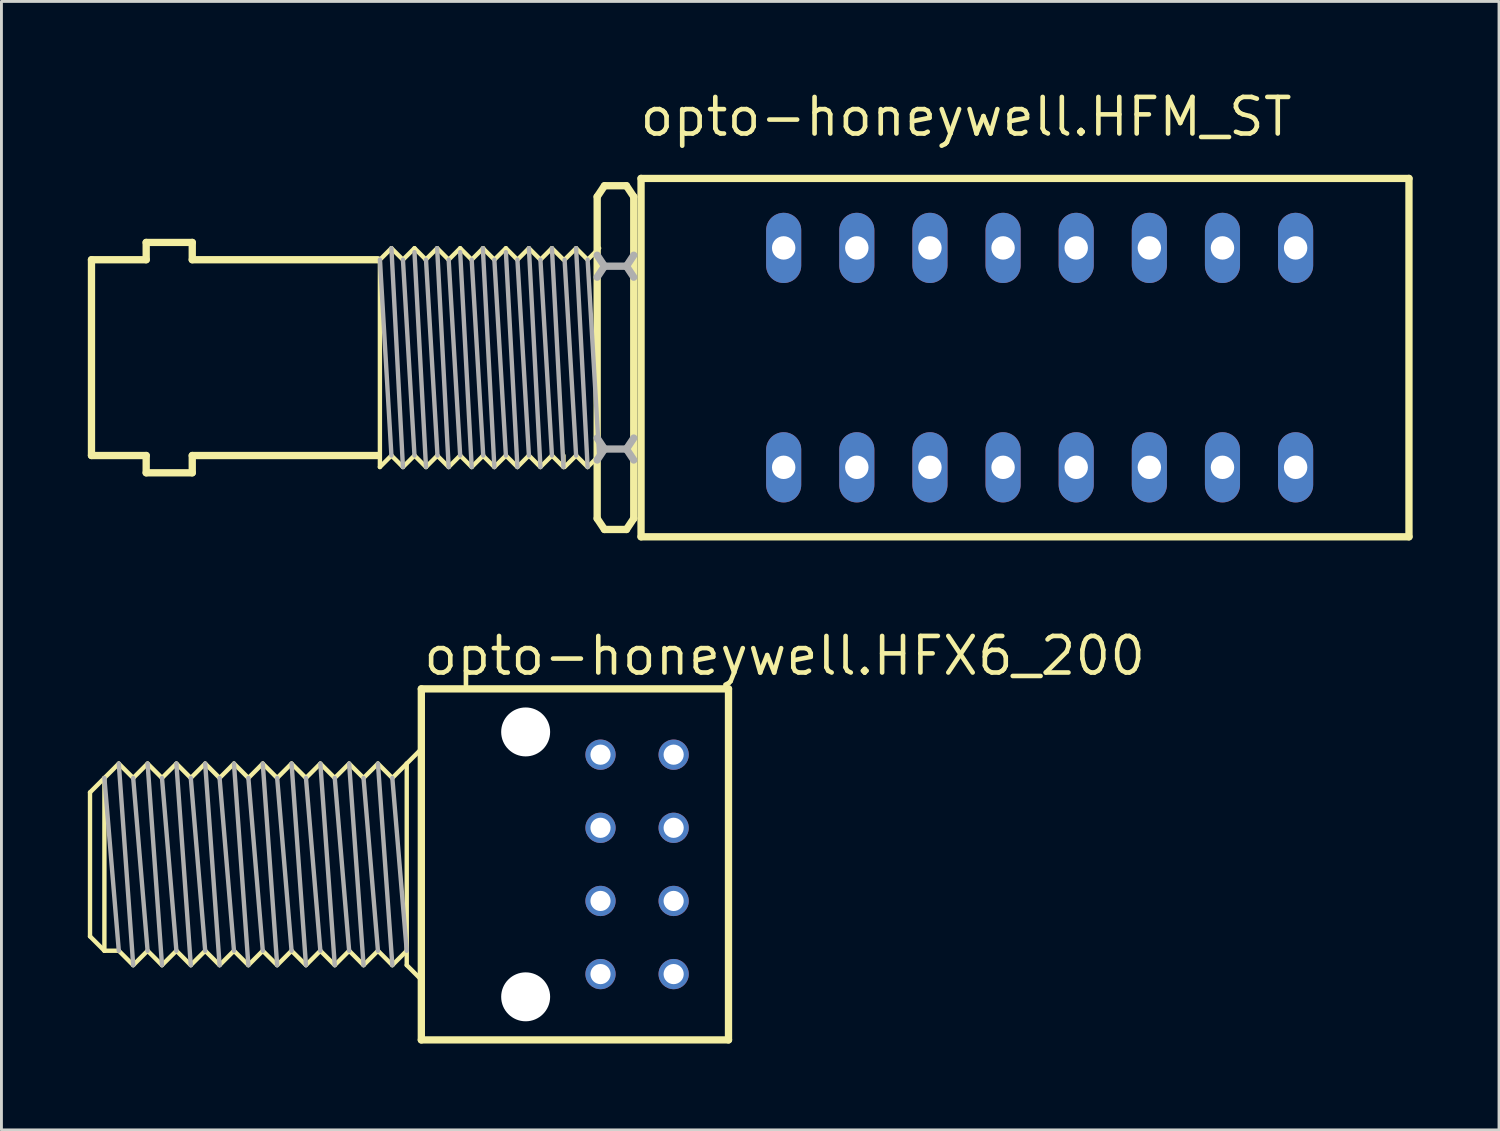
<source format=kicad_pcb>
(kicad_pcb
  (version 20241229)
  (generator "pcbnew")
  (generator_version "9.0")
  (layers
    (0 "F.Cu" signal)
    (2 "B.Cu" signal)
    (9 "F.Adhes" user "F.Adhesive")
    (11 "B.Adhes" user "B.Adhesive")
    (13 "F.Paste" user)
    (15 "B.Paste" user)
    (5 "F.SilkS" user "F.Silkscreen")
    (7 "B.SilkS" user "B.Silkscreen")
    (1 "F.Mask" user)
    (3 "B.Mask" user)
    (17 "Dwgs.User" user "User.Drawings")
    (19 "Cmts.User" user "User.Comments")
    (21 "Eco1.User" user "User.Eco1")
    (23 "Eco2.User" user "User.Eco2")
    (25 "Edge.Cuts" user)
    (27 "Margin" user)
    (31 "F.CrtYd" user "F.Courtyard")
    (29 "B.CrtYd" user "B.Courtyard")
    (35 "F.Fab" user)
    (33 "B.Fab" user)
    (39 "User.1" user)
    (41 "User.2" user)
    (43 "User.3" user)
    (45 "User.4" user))
  (footprint "opto-honeywell.HFX6_200"
    (layer "F.Cu")
    (at 19.076 26.97)
    (property "Reference" "opto-honeywell.HFX6_200" (at -7.5 -6.5 0) (layer "F.SilkS") (effects (font (size 1.27 1.27) (thickness 0.16)) (justify left bottom)))
    (attr through_hole)
    (fp_line (start -19 2.5) (end -19 -2.5) (stroke (width 0.152) (type default)) (layer "F.SilkS"))
    (fp_line (start -18.5 -3) (end -19 -2.5) (stroke (width 0.152) (type default)) (layer "F.SilkS"))
    (fp_line (start -18.5 -3) (end -18.5 3) (stroke (width 0.152) (type default)) (layer "F.SilkS"))
    (fp_line (start -18.5 3) (end -19 2.5) (stroke (width 0.152) (type default)) (layer "F.SilkS"))
    (fp_line (start -18 -3.5) (end -18.5 -3) (stroke (width 0.152) (type default)) (layer "F.SilkS"))
    (fp_line (start -18 3) (end -18.5 3) (stroke (width 0.152) (type default)) (layer "F.SilkS"))
    (fp_line (start -18 3) (end -17.5 3.5) (stroke (width 0.152) (type default)) (layer "F.SilkS"))
    (fp_line (start -17.5 -3) (end -18 -3.5) (stroke (width 0.152) (type default)) (layer "F.SilkS"))
    (fp_line (start -17.5 3.5) (end -17 3) (stroke (width 0.152) (type default)) (layer "F.SilkS"))
    (fp_line (start -17 -3.5) (end -17.5 -3) (stroke (width 0.152) (type default)) (layer "F.SilkS"))
    (fp_line (start -17 3) (end -16.5 3.5) (stroke (width 0.152) (type default)) (layer "F.SilkS"))
    (fp_line (start -16.5 -3) (end -17 -3.5) (stroke (width 0.152) (type default)) (layer "F.SilkS"))
    (fp_line (start -16.5 3.5) (end -16 3) (stroke (width 0.152) (type default)) (layer "F.SilkS"))
    (fp_line (start -16 -3.5) (end -16.5 -3) (stroke (width 0.152) (type default)) (layer "F.SilkS"))
    (fp_line (start -16 3) (end -15.5 3.5) (stroke (width 0.152) (type default)) (layer "F.SilkS"))
    (fp_line (start -15.5 -3) (end -16 -3.5) (stroke (width 0.152) (type default)) (layer "F.SilkS"))
    (fp_line (start -15.5 3.5) (end -15 3) (stroke (width 0.152) (type default)) (layer "F.SilkS"))
    (fp_line (start -15 -3.5) (end -15.5 -3) (stroke (width 0.152) (type default)) (layer "F.SilkS"))
    (fp_line (start -15 3) (end -14.5 3.5) (stroke (width 0.152) (type default)) (layer "F.SilkS"))
    (fp_line (start -14.5 -3) (end -15 -3.5) (stroke (width 0.152) (type default)) (layer "F.SilkS"))
    (fp_line (start -14.5 3.5) (end -14 3) (stroke (width 0.152) (type default)) (layer "F.SilkS"))
    (fp_line (start -14 -3.5) (end -14.5 -3) (stroke (width 0.152) (type default)) (layer "F.SilkS"))
    (fp_line (start -14 3) (end -13.5 3.5) (stroke (width 0.152) (type default)) (layer "F.SilkS"))
    (fp_line (start -13.5 -3) (end -14 -3.5) (stroke (width 0.152) (type default)) (layer "F.SilkS"))
    (fp_line (start -13.5 3.5) (end -13 3) (stroke (width 0.152) (type default)) (layer "F.SilkS"))
    (fp_line (start -13 -3.5) (end -13.5 -3) (stroke (width 0.152) (type default)) (layer "F.SilkS"))
    (fp_line (start -13 3) (end -12.5 3.5) (stroke (width 0.152) (type default)) (layer "F.SilkS"))
    (fp_line (start -12.5 -3) (end -13 -3.5) (stroke (width 0.152) (type default)) (layer "F.SilkS"))
    (fp_line (start -12.5 3.5) (end -12 3) (stroke (width 0.152) (type default)) (layer "F.SilkS"))
    (fp_line (start -12 -3.5) (end -12.5 -3) (stroke (width 0.152) (type default)) (layer "F.SilkS"))
    (fp_line (start -12 3) (end -11.5 3.5) (stroke (width 0.152) (type default)) (layer "F.SilkS"))
    (fp_line (start -11.5 -3) (end -12 -3.5) (stroke (width 0.152) (type default)) (layer "F.SilkS"))
    (fp_line (start -11.5 3.5) (end -11 3) (stroke (width 0.152) (type default)) (layer "F.SilkS"))
    (fp_line (start -11 -3.5) (end -11.5 -3) (stroke (width 0.152) (type default)) (layer "F.SilkS"))
    (fp_line (start -11 3) (end -10.5 3.5) (stroke (width 0.152) (type default)) (layer "F.SilkS"))
    (fp_line (start -10.5 -3) (end -11 -3.5) (stroke (width 0.152) (type default)) (layer "F.SilkS"))
    (fp_line (start -10.5 3.5) (end -10 3) (stroke (width 0.152) (type default)) (layer "F.SilkS"))
    (fp_line (start -10 -3.5) (end -10.5 -3) (stroke (width 0.152) (type default)) (layer "F.SilkS"))
    (fp_line (start -10 3) (end -9.5 3.5) (stroke (width 0.152) (type default)) (layer "F.SilkS"))
    (fp_line (start -9.5 -3) (end -10 -3.5) (stroke (width 0.152) (type default)) (layer "F.SilkS"))
    (fp_line (start -9.5 3.5) (end -9 3) (stroke (width 0.152) (type default)) (layer "F.SilkS"))
    (fp_line (start -9 -3.5) (end -9.5 -3) (stroke (width 0.152) (type default)) (layer "F.SilkS"))
    (fp_line (start -9 3) (end -8.5 3.5) (stroke (width 0.152) (type default)) (layer "F.SilkS"))
    (fp_line (start -8.5 -3) (end -9 -3.5) (stroke (width 0.152) (type default)) (layer "F.SilkS"))
    (fp_line (start -8.5 3.5) (end -8 3) (stroke (width 0.152) (type default)) (layer "F.SilkS"))
    (fp_line (start -8 -3.5) (end -8.5 -3) (stroke (width 0.152) (type default)) (layer "F.SilkS"))
    (fp_line (start -8 -3.5) (end -7.5 -4) (stroke (width 0.152) (type default)) (layer "F.SilkS"))
    (fp_line (start -8 3) (end -8 -3.5) (stroke (width 0.152) (type default)) (layer "F.SilkS"))
    (fp_line (start -8 3) (end -8 3.5) (stroke (width 0.152) (type default)) (layer "F.SilkS"))
    (fp_line (start -8 3.5) (end -7.5 4) (stroke (width 0.152) (type default)) (layer "F.SilkS"))
    (fp_line (start -7.493 -6.096) (end 3.175 -6.096) (stroke (width 0.254) (type default)) (layer "F.SilkS"))
    (fp_line (start -7.493 6.096) (end -7.493 -6.096) (stroke (width 0.254) (type default)) (layer "F.SilkS"))
    (fp_line (start 3.175 -6.096) (end 3.175 6.096) (stroke (width 0.254) (type default)) (layer "F.SilkS"))
    (fp_line (start 3.175 6.096) (end -7.493 6.096) (stroke (width 0.254) (type default)) (layer "F.SilkS"))
    (fp_line (start -18.5 -3) (end -18 3) (stroke (width 0.152) (type default)) (layer "F.Fab"))
    (fp_line (start -18 -3.5) (end -17.5 3.5) (stroke (width 0.152) (type default)) (layer "F.Fab"))
    (fp_line (start -17.5 -3) (end -17 3) (stroke (width 0.152) (type default)) (layer "F.Fab"))
    (fp_line (start -17 -3.5) (end -16.5 3.5) (stroke (width 0.152) (type default)) (layer "F.Fab"))
    (fp_line (start -16.5 -3) (end -16 3) (stroke (width 0.152) (type default)) (layer "F.Fab"))
    (fp_line (start -16 -3.5) (end -15.5 3.5) (stroke (width 0.152) (type default)) (layer "F.Fab"))
    (fp_line (start -15.5 -3) (end -15 3) (stroke (width 0.152) (type default)) (layer "F.Fab"))
    (fp_line (start -15 -3.5) (end -14.5 3.5) (stroke (width 0.152) (type default)) (layer "F.Fab"))
    (fp_line (start -14.5 -3) (end -14 3) (stroke (width 0.152) (type default)) (layer "F.Fab"))
    (fp_line (start -14 -3.5) (end -13.5 3.5) (stroke (width 0.152) (type default)) (layer "F.Fab"))
    (fp_line (start -13.5 -3) (end -13 3) (stroke (width 0.152) (type default)) (layer "F.Fab"))
    (fp_line (start -13 -3.5) (end -12.5 3.5) (stroke (width 0.152) (type default)) (layer "F.Fab"))
    (fp_line (start -12.5 -3) (end -12 3) (stroke (width 0.152) (type default)) (layer "F.Fab"))
    (fp_line (start -12 -3.5) (end -11.5 3.5) (stroke (width 0.152) (type default)) (layer "F.Fab"))
    (fp_line (start -11.5 -3) (end -11 3) (stroke (width 0.152) (type default)) (layer "F.Fab"))
    (fp_line (start -11 -3.5) (end -10.5 3.5) (stroke (width 0.152) (type default)) (layer "F.Fab"))
    (fp_line (start -10.5 -3) (end -10 3) (stroke (width 0.152) (type default)) (layer "F.Fab"))
    (fp_line (start -10 -3.5) (end -9.5 3.5) (stroke (width 0.152) (type default)) (layer "F.Fab"))
    (fp_line (start -9.5 -3) (end -9 3) (stroke (width 0.152) (type default)) (layer "F.Fab"))
    (fp_line (start -9 -3.5) (end -8.5 3.5) (stroke (width 0.152) (type default)) (layer "F.Fab"))
    (fp_line (start -8.5 -3) (end -8 3) (stroke (width 0.152) (type default)) (layer "F.Fab"))
    (pad "" np_thru_hole circle (at -3.87 -4.6) (size 1.7 1.7) (drill 1.7) (layers "*.Cu" "*.Mask"))
    (pad "" np_thru_hole circle (at -3.87 4.6) (size 1.7 1.7) (drill 1.7) (layers "*.Cu" "*.Mask"))
    (pad "1" thru_hole circle (at 1.27 3.81) (size 1.05 1.05) (drill 0.7) (layers "*.Cu" "*.Mask"))
    (pad "2" thru_hole circle (at 1.27 1.27) (size 1.05 1.05) (drill 0.7) (layers "*.Cu" "*.Mask"))
    (pad "3" thru_hole circle (at 1.27 -1.27) (size 1.05 1.05) (drill 0.7) (layers "*.Cu" "*.Mask"))
    (pad "4" thru_hole circle (at 1.27 -3.81) (size 1.05 1.05) (drill 0.7) (layers "*.Cu" "*.Mask"))
    (pad "5" thru_hole circle (at -1.27 -3.81) (size 1.05 1.05) (drill 0.7) (layers "*.Cu" "*.Mask"))
    (pad "6" thru_hole circle (at -1.27 -1.27) (size 1.05 1.05) (drill 0.7) (layers "*.Cu" "*.Mask"))
    (pad "7" thru_hole circle (at -1.27 1.27) (size 1.05 1.05) (drill 0.7) (layers "*.Cu" "*.Mask"))
    (pad "8" thru_hole circle (at -1.27 3.81) (size 1.05 1.05) (drill 0.7) (layers "*.Cu" "*.Mask")))
  (footprint "opto-honeywell.HFM_ST"
    (layer "F.Cu")
    (at 33.057 9.37)
    (property "Reference" "opto-honeywell.HFM_ST" (at -13.97 -7.62 0) (layer "F.SilkS") (effects (font (size 1.27 1.27) (thickness 0.16)) (justify left bottom)))
    (attr through_hole)
    (fp_line (start -32.93 -3.4) (end -31.03 -3.4) (stroke (width 0.254) (type default)) (layer "F.SilkS"))
    (fp_line (start -32.93 3.4) (end -32.93 -3.4) (stroke (width 0.254) (type default)) (layer "F.SilkS"))
    (fp_line (start -31.03 -4) (end -29.43 -4) (stroke (width 0.254) (type default)) (layer "F.SilkS"))
    (fp_line (start -31.03 -3.4) (end -31.03 -4) (stroke (width 0.254) (type default)) (layer "F.SilkS"))
    (fp_line (start -31.03 3.4) (end -32.93 3.4) (stroke (width 0.254) (type default)) (layer "F.SilkS"))
    (fp_line (start -31.03 4) (end -31.03 3.4) (stroke (width 0.254) (type default)) (layer "F.SilkS"))
    (fp_line (start -29.43 -4) (end -29.43 -3.4) (stroke (width 0.254) (type default)) (layer "F.SilkS"))
    (fp_line (start -29.43 -3.4) (end -22.987 -3.4) (stroke (width 0.254) (type default)) (layer "F.SilkS"))
    (fp_line (start -29.43 3.4) (end -29.43 4) (stroke (width 0.254) (type default)) (layer "F.SilkS"))
    (fp_line (start -29.43 4) (end -31.03 4) (stroke (width 0.254) (type default)) (layer "F.SilkS"))
    (fp_line (start -22.987 3.4) (end -29.43 3.4) (stroke (width 0.254) (type default)) (layer "F.SilkS"))
    (fp_line (start -22.913 -3.4) (end -22.513 -3.8) (stroke (width 0.152) (type default)) (layer "F.SilkS"))
    (fp_line (start -22.913 3.8) (end -22.913 -3.331) (stroke (width 0.152) (type default)) (layer "F.SilkS"))
    (fp_line (start -22.913 3.8) (end -22.513 3.4) (stroke (width 0.152) (type default)) (layer "F.SilkS"))
    (fp_line (start -22.513 -3.8) (end -22.113 -3.4) (stroke (width 0.152) (type default)) (layer "F.SilkS"))
    (fp_line (start -22.513 3.4) (end -22.113 3.8) (stroke (width 0.152) (type default)) (layer "F.SilkS"))
    (fp_line (start -22.113 -3.4) (end -21.712 -3.8) (stroke (width 0.152) (type default)) (layer "F.SilkS"))
    (fp_line (start -22.113 3.8) (end -21.712 3.4) (stroke (width 0.152) (type default)) (layer "F.SilkS"))
    (fp_line (start -21.712 -3.8) (end -21.312 -3.4) (stroke (width 0.152) (type default)) (layer "F.SilkS"))
    (fp_line (start -21.712 3.4) (end -21.312 3.8) (stroke (width 0.152) (type default)) (layer "F.SilkS"))
    (fp_line (start -21.325 -3.4) (end -20.925 -3.8) (stroke (width 0.152) (type default)) (layer "F.SilkS"))
    (fp_line (start -21.312 3.8) (end -20.913 3.4) (stroke (width 0.152) (type default)) (layer "F.SilkS"))
    (fp_line (start -20.925 -3.8) (end -20.525 -3.4) (stroke (width 0.152) (type default)) (layer "F.SilkS"))
    (fp_line (start -20.925 3.4) (end -20.525 3.8) (stroke (width 0.152) (type default)) (layer "F.SilkS"))
    (fp_line (start -20.525 -3.4) (end -20.125 -3.8) (stroke (width 0.152) (type default)) (layer "F.SilkS"))
    (fp_line (start -20.525 3.8) (end -20.125 3.4) (stroke (width 0.152) (type default)) (layer "F.SilkS"))
    (fp_line (start -20.125 -3.8) (end -19.725 -3.4) (stroke (width 0.152) (type default)) (layer "F.SilkS"))
    (fp_line (start -20.125 3.4) (end -19.725 3.8) (stroke (width 0.152) (type default)) (layer "F.SilkS"))
    (fp_line (start -19.725 -3.4) (end -19.325 -3.8) (stroke (width 0.152) (type default)) (layer "F.SilkS"))
    (fp_line (start -19.725 3.8) (end -19.325 3.4) (stroke (width 0.152) (type default)) (layer "F.SilkS"))
    (fp_line (start -19.338 -3.8) (end -18.938 -3.4) (stroke (width 0.152) (type default)) (layer "F.SilkS"))
    (fp_line (start -19.338 3.4) (end -18.938 3.8) (stroke (width 0.152) (type default)) (layer "F.SilkS"))
    (fp_line (start -18.938 -3.4) (end -18.537 -3.8) (stroke (width 0.152) (type default)) (layer "F.SilkS"))
    (fp_line (start -18.938 3.8) (end -18.537 3.4) (stroke (width 0.152) (type default)) (layer "F.SilkS"))
    (fp_line (start -18.537 -3.8) (end -18.137 -3.4) (stroke (width 0.152) (type default)) (layer "F.SilkS"))
    (fp_line (start -18.537 3.4) (end -18.137 3.8) (stroke (width 0.152) (type default)) (layer "F.SilkS"))
    (fp_line (start -18.137 -3.4) (end -17.738 -3.8) (stroke (width 0.152) (type default)) (layer "F.SilkS"))
    (fp_line (start -18.137 3.8) (end -17.738 3.4) (stroke (width 0.152) (type default)) (layer "F.SilkS"))
    (fp_line (start -17.738 -3.8) (end -17.338 -3.4) (stroke (width 0.152) (type default)) (layer "F.SilkS"))
    (fp_line (start -17.738 3.4) (end -17.338 3.8) (stroke (width 0.152) (type default)) (layer "F.SilkS"))
    (fp_line (start -17.338 -3.4) (end -16.938 -3.8) (stroke (width 0.152) (type default)) (layer "F.SilkS"))
    (fp_line (start -17.338 3.8) (end -16.938 3.4) (stroke (width 0.152) (type default)) (layer "F.SilkS"))
    (fp_line (start -16.938 -3.8) (end -16.537 -3.4) (stroke (width 0.152) (type default)) (layer "F.SilkS"))
    (fp_line (start -16.938 3.4) (end -16.537 3.8) (stroke (width 0.152) (type default)) (layer "F.SilkS"))
    (fp_line (start -16.537 3.4) (end -16.537 3.8) (stroke (width 0.152) (type default)) (layer "F.SilkS"))
    (fp_line (start -16.499 -3.4) (end -16.099 -3.8) (stroke (width 0.152) (type default)) (layer "F.SilkS"))
    (fp_line (start -16.499 3.8) (end -16.099 3.4) (stroke (width 0.152) (type default)) (layer "F.SilkS"))
    (fp_line (start -16.099 -3.8) (end -15.699 -3.4) (stroke (width 0.152) (type default)) (layer "F.SilkS"))
    (fp_line (start -16.099 3.4) (end -15.699 3.8) (stroke (width 0.152) (type default)) (layer "F.SilkS"))
    (fp_line (start -15.699 -3.4) (end -15.299 -3.8) (stroke (width 0.152) (type default)) (layer "F.SilkS"))
    (fp_line (start -15.699 3.8) (end -15.299 3.4) (stroke (width 0.152) (type default)) (layer "F.SilkS"))
    (fp_line (start -15.367 5.588) (end -15.367 -5.588) (stroke (width 0.254) (type default)) (layer "F.SilkS"))
    (fp_line (start -15.113 -5.969) (end -15.367 -5.588) (stroke (width 0.254) (type default)) (layer "F.SilkS"))
    (fp_line (start -15.113 5.969) (end -15.367 5.588) (stroke (width 0.254) (type default)) (layer "F.SilkS"))
    (fp_line (start -15.113 5.969) (end -14.351 5.969) (stroke (width 0.254) (type default)) (layer "F.SilkS"))
    (fp_line (start -14.351 -5.969) (end -15.113 -5.969) (stroke (width 0.254) (type default)) (layer "F.SilkS"))
    (fp_line (start -14.351 -5.969) (end -14.097 -5.588) (stroke (width 0.254) (type default)) (layer "F.SilkS"))
    (fp_line (start -14.351 5.969) (end -14.097 5.588) (stroke (width 0.254) (type default)) (layer "F.SilkS"))
    (fp_line (start -14.097 -5.588) (end -14.097 5.588) (stroke (width 0.254) (type default)) (layer "F.SilkS"))
    (fp_line (start -13.843 -6.223) (end 12.827 -6.223) (stroke (width 0.254) (type default)) (layer "F.SilkS"))
    (fp_line (start -13.843 6.223) (end -13.843 -6.223) (stroke (width 0.254) (type default)) (layer "F.SilkS"))
    (fp_line (start 12.827 -6.223) (end 12.827 6.223) (stroke (width 0.254) (type default)) (layer "F.SilkS"))
    (fp_line (start 12.827 6.223) (end -13.843 6.223) (stroke (width 0.254) (type default)) (layer "F.SilkS"))
    (fp_line (start -22.913 -3.4) (end -22.513 3.4) (stroke (width 0.152) (type default)) (layer "F.Fab"))
    (fp_line (start -22.513 -3.8) (end -22.113 3.8) (stroke (width 0.152) (type default)) (layer "F.Fab"))
    (fp_line (start -22.113 -3.4) (end -21.712 3.4) (stroke (width 0.152) (type default)) (layer "F.Fab"))
    (fp_line (start -21.712 -3.663) (end -21.312 3.8) (stroke (width 0.152) (type default)) (layer "F.Fab"))
    (fp_line (start -21.312 -3.4) (end -20.913 3.4) (stroke (width 0.152) (type default)) (layer "F.Fab"))
    (fp_line (start -20.925 -3.8) (end -20.525 3.8) (stroke (width 0.152) (type default)) (layer "F.Fab"))
    (fp_line (start -20.525 -3.4) (end -20.125 3.4) (stroke (width 0.152) (type default)) (layer "F.Fab"))
    (fp_line (start -20.125 -3.663) (end -19.725 3.8) (stroke (width 0.152) (type default)) (layer "F.Fab"))
    (fp_line (start -19.725 -3.4) (end -19.325 3.4) (stroke (width 0.152) (type default)) (layer "F.Fab"))
    (fp_line (start -19.338 -3.8) (end -18.938 3.8) (stroke (width 0.152) (type default)) (layer "F.Fab"))
    (fp_line (start -18.938 -3.4) (end -18.537 3.4) (stroke (width 0.152) (type default)) (layer "F.Fab"))
    (fp_line (start -18.537 -3.663) (end -18.137 3.8) (stroke (width 0.152) (type default)) (layer "F.Fab"))
    (fp_line (start -18.137 -3.4) (end -17.738 3.4) (stroke (width 0.152) (type default)) (layer "F.Fab"))
    (fp_line (start -17.738 -3.8) (end -17.338 3.8) (stroke (width 0.152) (type default)) (layer "F.Fab"))
    (fp_line (start -17.338 -3.4) (end -16.938 3.4) (stroke (width 0.152) (type default)) (layer "F.Fab"))
    (fp_line (start -16.938 -3.8) (end -16.537 3.8) (stroke (width 0.152) (type default)) (layer "F.Fab"))
    (fp_line (start -16.499 -3.4) (end -16.099 3.4) (stroke (width 0.152) (type default)) (layer "F.Fab"))
    (fp_line (start -16.099 -3.8) (end -15.699 3.8) (stroke (width 0.152) (type default)) (layer "F.Fab"))
    (fp_line (start -15.699 -3.4) (end -15.299 3.4) (stroke (width 0.152) (type default)) (layer "F.Fab"))
    (fp_line (start -15.113 -3.175) (end -15.367 -3.556) (stroke (width 0.254) (type default)) (layer "F.Fab"))
    (fp_line (start -15.113 -3.175) (end -15.367 -2.794) (stroke (width 0.254) (type default)) (layer "F.Fab"))
    (fp_line (start -15.113 3.175) (end -15.367 2.794) (stroke (width 0.254) (type default)) (layer "F.Fab"))
    (fp_line (start -15.113 3.175) (end -15.367 3.556) (stroke (width 0.254) (type default)) (layer "F.Fab"))
    (fp_line (start -15.113 3.175) (end -14.351 3.175) (stroke (width 0.254) (type default)) (layer "F.Fab"))
    (fp_line (start -14.351 -3.175) (end -15.113 -3.175) (stroke (width 0.254) (type default)) (layer "F.Fab"))
    (fp_line (start -14.351 -3.175) (end -14.097 -3.556) (stroke (width 0.254) (type default)) (layer "F.Fab"))
    (fp_line (start -14.351 -3.175) (end -14.097 -2.794) (stroke (width 0.254) (type default)) (layer "F.Fab"))
    (fp_line (start -14.351 3.175) (end -14.097 2.794) (stroke (width 0.254) (type default)) (layer "F.Fab"))
    (fp_line (start -14.351 3.175) (end -14.097 3.556) (stroke (width 0.254) (type default)) (layer "F.Fab"))
    (pad "1" thru_hole oval (at -8.89 3.81 90) (size 2.438 1.219) (drill 0.813) (layers "*.Cu" "*.Mask"))
    (pad "2" thru_hole oval (at -6.35 3.81 90) (size 2.438 1.219) (drill 0.813) (layers "*.Cu" "*.Mask"))
    (pad "3" thru_hole oval (at -3.81 3.81 90) (size 2.438 1.219) (drill 0.813) (layers "*.Cu" "*.Mask"))
    (pad "4" thru_hole oval (at -1.27 3.81 90) (size 2.438 1.219) (drill 0.813) (layers "*.Cu" "*.Mask"))
    (pad "5" thru_hole oval (at 1.27 3.81 90) (size 2.438 1.219) (drill 0.813) (layers "*.Cu" "*.Mask"))
    (pad "6" thru_hole oval (at 3.81 3.81 90) (size 2.438 1.219) (drill 0.813) (layers "*.Cu" "*.Mask"))
    (pad "7" thru_hole oval (at 6.35 3.81 90) (size 2.438 1.219) (drill 0.813) (layers "*.Cu" "*.Mask"))
    (pad "8" thru_hole oval (at 8.89 3.81 90) (size 2.438 1.219) (drill 0.813) (layers "*.Cu" "*.Mask"))
    (pad "9" thru_hole oval (at 8.89 -3.81 90) (size 2.438 1.219) (drill 0.813) (layers "*.Cu" "*.Mask"))
    (pad "10" thru_hole oval (at 6.35 -3.81 90) (size 2.438 1.219) (drill 0.813) (layers "*.Cu" "*.Mask"))
    (pad "11" thru_hole oval (at 3.81 -3.81 90) (size 2.438 1.219) (drill 0.813) (layers "*.Cu" "*.Mask"))
    (pad "12" thru_hole oval (at 1.27 -3.81 90) (size 2.438 1.219) (drill 0.813) (layers "*.Cu" "*.Mask"))
    (pad "13" thru_hole oval (at -1.27 -3.81 90) (size 2.438 1.219) (drill 0.813) (layers "*.Cu" "*.Mask"))
    (pad "14" thru_hole oval (at -3.81 -3.81 90) (size 2.438 1.219) (drill 0.813) (layers "*.Cu" "*.Mask"))
    (pad "15" thru_hole oval (at -6.35 -3.81 90) (size 2.438 1.219) (drill 0.813) (layers "*.Cu" "*.Mask"))
    (pad "16" thru_hole oval (at -8.89 -3.81 90) (size 2.438 1.219) (drill 0.813) (layers "*.Cu" "*.Mask")))
  (gr_rect
    (start -3 -3)
    (end 49.011 36.193)
    (stroke (width 0.1) (type default))
    (fill no)
    (layer "Edge.Cuts")))
</source>
